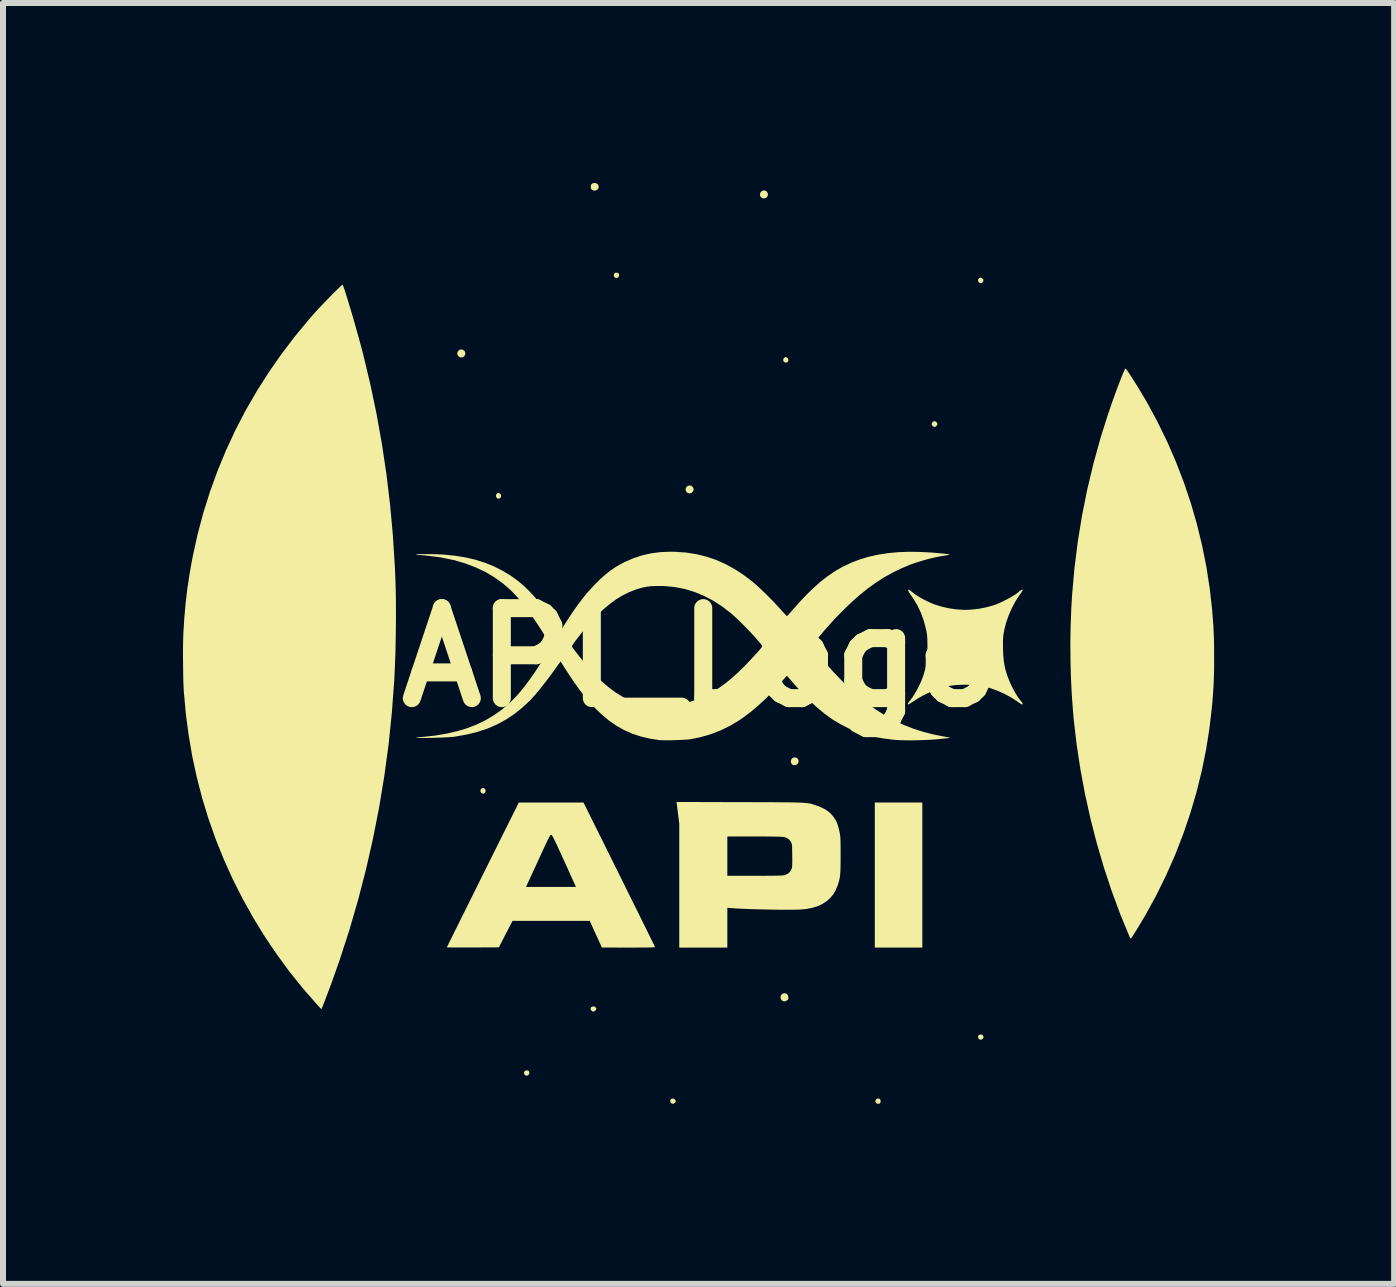
<source format=kicad_pcb>
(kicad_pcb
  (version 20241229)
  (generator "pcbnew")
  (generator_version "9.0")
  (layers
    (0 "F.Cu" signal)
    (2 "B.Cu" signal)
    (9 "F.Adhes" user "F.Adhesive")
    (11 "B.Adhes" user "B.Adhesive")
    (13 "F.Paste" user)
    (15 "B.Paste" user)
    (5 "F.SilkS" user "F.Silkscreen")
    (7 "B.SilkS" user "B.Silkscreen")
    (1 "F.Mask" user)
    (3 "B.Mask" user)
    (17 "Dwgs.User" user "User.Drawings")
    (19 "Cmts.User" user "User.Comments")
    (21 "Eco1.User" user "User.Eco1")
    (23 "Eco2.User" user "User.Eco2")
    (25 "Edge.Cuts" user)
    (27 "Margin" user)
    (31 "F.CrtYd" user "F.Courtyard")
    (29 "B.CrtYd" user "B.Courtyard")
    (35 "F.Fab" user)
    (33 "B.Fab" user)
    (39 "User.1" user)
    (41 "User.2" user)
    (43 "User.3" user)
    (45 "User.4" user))
  (footprint "API_Logo"
    (layer "F.Cu")
    (at 8.635 7.907)
    (property "Reference" "API_Logo" (at 0 0 0) (layer "F.SilkS") (effects (font (size 1.5 1.5) (thickness 0.3))))
    (attr board_only exclude_from_pos_files exclude_from_bom)
    (fp_poly (pts (xy 3.687 3.627) (xy 3.687 4.836) (xy 3.291 4.836) (xy 2.895 4.836) (xy 2.895 3.627) (xy 2.895 2.418) (xy 3.291 2.418) (xy 3.687 2.418)) (stroke (width 0) (type solid)) (fill yes) (layer "F.SilkS"))
    (fp_poly (pts (xy -2.881 6.886) (xy -2.867 6.901) (xy -2.863 6.923) (xy -2.869 6.949) (xy -2.887 6.966) (xy -2.907 6.971) (xy -2.928 6.965) (xy -2.939 6.958) (xy -2.951 6.936) (xy -2.951 6.913) (xy -2.939 6.894) (xy -2.919 6.883) (xy -2.908 6.882)) (stroke (width 0) (type solid)) (fill yes) (layer "F.SilkS"))
    (fp_poly (pts (xy -1.385 -6.408) (xy -1.371 -6.393) (xy -1.367 -6.371) (xy -1.373 -6.345) (xy -1.391 -6.328) (xy -1.411 -6.324) (xy -1.432 -6.329) (xy -1.443 -6.336) (xy -1.455 -6.358) (xy -1.455 -6.381) (xy -1.443 -6.4) (xy -1.423 -6.412) (xy -1.412 -6.413)) (stroke (width 0) (type solid)) (fill yes) (layer "F.SilkS"))
    (fp_poly (pts (xy 1.433 -4.998) (xy 1.449 -4.98) (xy 1.456 -4.955) (xy 1.449 -4.932) (xy 1.432 -4.918) (xy 1.408 -4.914) (xy 1.39 -4.92) (xy 1.374 -4.935) (xy 1.368 -4.956) (xy 1.373 -4.978) (xy 1.386 -4.996) (xy 1.406 -5.005) (xy 1.411 -5.006)) (stroke (width 0) (type solid)) (fill yes) (layer "F.SilkS"))
    (fp_poly (pts (xy -3.612 2.182) (xy -3.598 2.199) (xy -3.591 2.221) (xy -3.595 2.244) (xy -3.608 2.26) (xy -3.625 2.269) (xy -3.635 2.272) (xy -3.647 2.268) (xy -3.661 2.26) (xy -3.676 2.241) (xy -3.679 2.219) (xy -3.671 2.197) (xy -3.655 2.181) (xy -3.634 2.175)) (stroke (width 0) (type solid)) (fill yes) (layer "F.SilkS"))
    (fp_poly (pts (xy -1.783 5.817) (xy -1.762 5.827) (xy -1.749 5.845) (xy -1.747 5.857) (xy -1.753 5.875) (xy -1.77 5.892) (xy -1.789 5.902) (xy -1.795 5.903) (xy -1.813 5.898) (xy -1.828 5.887) (xy -1.842 5.865) (xy -1.84 5.843) (xy -1.829 5.828) (xy -1.807 5.817)) (stroke (width 0) (type solid)) (fill yes) (layer "F.SilkS"))
    (fp_poly (pts (xy -0.455 7.355) (xy -0.434 7.369) (xy -0.429 7.376) (xy -0.422 7.393) (xy -0.424 7.407) (xy -0.431 7.419) (xy -0.451 7.435) (xy -0.475 7.44) (xy -0.498 7.431) (xy -0.504 7.425) (xy -0.516 7.402) (xy -0.513 7.378) (xy -0.502 7.363) (xy -0.479 7.352)) (stroke (width 0) (type solid)) (fill yes) (layer "F.SilkS"))
    (fp_poly (pts (xy 2.976 7.356) (xy 2.989 7.374) (xy 2.992 7.395) (xy 2.989 7.416) (xy 2.982 7.43) (xy 2.964 7.438) (xy 2.941 7.438) (xy 2.92 7.43) (xy 2.916 7.427) (xy 2.904 7.406) (xy 2.906 7.384) (xy 2.918 7.364) (xy 2.939 7.353) (xy 2.953 7.351)) (stroke (width 0) (type solid)) (fill yes) (layer "F.SilkS"))
    (fp_poly (pts (xy 4.684 -6.322) (xy 4.686 -6.32) (xy 4.703 -6.301) (xy 4.705 -6.278) (xy 4.694 -6.255) (xy 4.69 -6.251) (xy 4.671 -6.237) (xy 4.652 -6.238) (xy 4.64 -6.243) (xy 4.62 -6.263) (xy 4.614 -6.287) (xy 4.619 -6.303) (xy 4.635 -6.323) (xy 4.658 -6.33)) (stroke (width 0) (type solid)) (fill yes) (layer "F.SilkS"))
    (fp_poly (pts (xy -3.357 -2.734) (xy -3.339 -2.716) (xy -3.332 -2.693) (xy -3.332 -2.693) (xy -3.338 -2.671) (xy -3.354 -2.653) (xy -3.374 -2.644) (xy -3.376 -2.644) (xy -3.389 -2.649) (xy -3.403 -2.657) (xy -3.416 -2.675) (xy -3.419 -2.697) (xy -3.413 -2.719) (xy -3.399 -2.735) (xy -3.379 -2.741)) (stroke (width 0) (type solid)) (fill yes) (layer "F.SilkS"))
    (fp_poly (pts (xy -0.162 -2.859) (xy -0.138 -2.839) (xy -0.126 -2.814) (xy -0.126 -2.787) (xy -0.142 -2.758) (xy -0.165 -2.74) (xy -0.193 -2.733) (xy -0.221 -2.74) (xy -0.239 -2.753) (xy -0.255 -2.779) (xy -0.258 -2.806) (xy -0.251 -2.831) (xy -0.234 -2.851) (xy -0.21 -2.864) (xy -0.183 -2.866)) (stroke (width 0) (type solid)) (fill yes) (layer "F.SilkS"))
    (fp_poly (pts (xy 4.688 6.291) (xy 4.694 6.296) (xy 4.706 6.317) (xy 4.705 6.338) (xy 4.694 6.356) (xy 4.676 6.368) (xy 4.655 6.371) (xy 4.632 6.362) (xy 4.63 6.361) (xy 4.619 6.344) (xy 4.616 6.321) (xy 4.623 6.299) (xy 4.626 6.295) (xy 4.643 6.286) (xy 4.666 6.284)) (stroke (width 0) (type solid)) (fill yes) (layer "F.SilkS"))
    (fp_poly (pts (xy 1.595 1.675) (xy 1.615 1.695) (xy 1.625 1.724) (xy 1.625 1.732) (xy 1.618 1.76) (xy 1.6 1.781) (xy 1.575 1.794) (xy 1.548 1.796) (xy 1.521 1.786) (xy 1.512 1.779) (xy 1.499 1.755) (xy 1.496 1.726) (xy 1.504 1.698) (xy 1.515 1.683) (xy 1.541 1.668) (xy 1.569 1.666)) (stroke (width 0) (type solid)) (fill yes) (layer "F.SilkS"))
    (fp_poly (pts (xy 1.073 -7.779) (xy 1.093 -7.764) (xy 1.098 -7.759) (xy 1.112 -7.732) (xy 1.113 -7.703) (xy 1.102 -7.678) (xy 1.081 -7.659) (xy 1.052 -7.65) (xy 1.047 -7.65) (xy 1.023 -7.654) (xy 1.003 -7.664) (xy 0.985 -7.688) (xy 0.98 -7.715) (xy 0.986 -7.742) (xy 1.002 -7.765) (xy 1.026 -7.779) (xy 1.047 -7.783)) (stroke (width 0) (type solid)) (fill yes) (layer "F.SilkS"))
    (fp_poly (pts (xy 3.907 -3.933) (xy 3.922 -3.922) (xy 3.934 -3.904) (xy 3.938 -3.89) (xy 3.933 -3.872) (xy 3.919 -3.855) (xy 3.903 -3.843) (xy 3.896 -3.842) (xy 3.879 -3.845) (xy 3.873 -3.847) (xy 3.854 -3.861) (xy 3.842 -3.882) (xy 3.841 -3.891) (xy 3.848 -3.91) (xy 3.864 -3.928) (xy 3.884 -3.937) (xy 3.89 -3.938)) (stroke (width 0) (type solid)) (fill yes) (layer "F.SilkS"))
    (fp_poly (pts (xy -3.963 -5.123) (xy -3.94 -5.103) (xy -3.93 -5.077) (xy -3.932 -5.048) (xy -3.947 -5.021) (xy -3.95 -5.017) (xy -3.977 -5.001) (xy -4.006 -4.999) (xy -4.035 -5.013) (xy -4.04 -5.017) (xy -4.057 -5.037) (xy -4.063 -5.061) (xy -4.063 -5.066) (xy -4.059 -5.093) (xy -4.044 -5.113) (xy -4.04 -5.116) (xy -4.015 -5.132) (xy -3.99 -5.133)) (stroke (width 0) (type solid)) (fill yes) (layer "F.SilkS"))
    (fp_poly (pts (xy -1.737 -7.897) (xy -1.717 -7.878) (xy -1.707 -7.852) (xy -1.706 -7.844) (xy -1.713 -7.816) (xy -1.732 -7.795) (xy -1.757 -7.782) (xy -1.786 -7.78) (xy -1.814 -7.79) (xy -1.82 -7.795) (xy -1.834 -7.811) (xy -1.839 -7.833) (xy -1.839 -7.844) (xy -1.836 -7.871) (xy -1.826 -7.888) (xy -1.82 -7.893) (xy -1.793 -7.907) (xy -1.764 -7.907)) (stroke (width 0) (type solid)) (fill yes) (layer "F.SilkS"))
    (fp_poly (pts (xy 1.42 5.603) (xy 1.441 5.622) (xy 1.453 5.649) (xy 1.455 5.68) (xy 1.451 5.697) (xy 1.439 5.711) (xy 1.417 5.724) (xy 1.394 5.732) (xy 1.384 5.733) (xy 1.367 5.728) (xy 1.347 5.716) (xy 1.345 5.714) (xy 1.328 5.69) (xy 1.323 5.663) (xy 1.33 5.636) (xy 1.346 5.613) (xy 1.371 5.599) (xy 1.392 5.596)) (stroke (width 0) (type solid)) (fill yes) (layer "F.SilkS"))
    (fp_poly (pts (xy 7.08 -4.809) (xy 7.095 -4.79) (xy 7.116 -4.76) (xy 7.143 -4.72) (xy 7.174 -4.673) (xy 7.208 -4.619) (xy 7.245 -4.56) (xy 7.284 -4.498) (xy 7.323 -4.434) (xy 7.361 -4.37) (xy 7.398 -4.307) (xy 7.432 -4.25) (xy 7.606 -3.928) (xy 7.767 -3.598) (xy 7.913 -3.262) (xy 8.044 -2.92) (xy 8.162 -2.572) (xy 8.264 -2.22) (xy 8.35 -1.864) (xy 8.422 -1.505) (xy 8.478 -1.143) (xy 8.515 -0.813) (xy 8.524 -0.701) (xy 8.532 -0.6) (xy 8.539 -0.505) (xy 8.543 -0.413) (xy 8.547 -0.319) (xy 8.549 -0.221) (xy 8.55 -0.113) (xy 8.55 0) (xy 8.55 0.119) (xy 8.549 0.226) (xy 8.546 0.324) (xy 8.543 0.418) (xy 8.538 0.51) (xy 8.532 0.605) (xy 8.524 0.707) (xy 8.515 0.813) (xy 8.473 1.176) (xy 8.416 1.538) (xy 8.343 1.896) (xy 8.255 2.252) (xy 8.151 2.604) (xy 8.032 2.952) (xy 7.899 3.294) (xy 7.75 3.631) (xy 7.588 3.961) (xy 7.411 4.285) (xy 7.258 4.541) (xy 7.226 4.592) (xy 7.202 4.63) (xy 7.184 4.657) (xy 7.171 4.675) (xy 7.162 4.683) (xy 7.156 4.684) (xy 7.151 4.679) (xy 7.146 4.668) (xy 7.14 4.654) (xy 6.985 4.277) (xy 6.842 3.891) (xy 6.712 3.497) (xy 6.594 3.096) (xy 6.49 2.69) (xy 6.399 2.28) (xy 6.322 1.867) (xy 6.259 1.454) (xy 6.211 1.041) (xy 6.199 0.902) (xy 6.178 0.624) (xy 6.164 0.337) (xy 6.156 0.045) (xy 6.154 -0.248) (xy 6.159 -0.538) (xy 6.17 -0.821) (xy 6.183 -1.039) (xy 6.222 -1.483) (xy 6.277 -1.924) (xy 6.348 -2.362) (xy 6.435 -2.796) (xy 6.538 -3.227) (xy 6.656 -3.655) (xy 6.776 -4.035) (xy 6.803 -4.115) (xy 6.831 -4.197) (xy 6.86 -4.28) (xy 6.889 -4.361) (xy 6.918 -4.44) (xy 6.946 -4.515) (xy 6.973 -4.585) (xy 6.997 -4.648) (xy 7.019 -4.704) (xy 7.038 -4.749) (xy 7.054 -4.784) (xy 7.065 -4.807) (xy 7.072 -4.816) (xy 7.072 -4.816)) (stroke (width 0) (type solid)) (fill yes) (layer "F.SilkS"))
    (fp_poly (pts (xy -1.366 3.615) (xy -1.301 3.746) (xy -1.239 3.873) (xy -1.178 3.995) (xy -1.12 4.112) (xy -1.065 4.222) (xy -1.014 4.326) (xy -0.967 4.422) (xy -0.923 4.51) (xy -0.884 4.589) (xy -0.851 4.657) (xy -0.822 4.715) (xy -0.8 4.761) (xy -0.783 4.796) (xy -0.773 4.817) (xy -0.77 4.824) (xy -0.771 4.826) (xy -0.776 4.829) (xy -0.786 4.831) (xy -0.803 4.832) (xy -0.828 4.833) (xy -0.862 4.834) (xy -0.905 4.835) (xy -0.96 4.835) (xy -1.028 4.835) (xy -1.109 4.836) (xy -1.205 4.836) (xy -1.21 4.836) (xy -1.654 4.835) (xy -1.755 4.613) (xy -1.856 4.391) (xy -2.499 4.391) (xy -3.143 4.391) (xy -3.257 4.611) (xy -3.37 4.832) (xy -3.804 4.834) (xy -3.886 4.834) (xy -3.963 4.834) (xy -4.033 4.834) (xy -4.096 4.834) (xy -4.148 4.834) (xy -4.19 4.833) (xy -4.22 4.833) (xy -4.235 4.832) (xy -4.237 4.831) (xy -4.234 4.824) (xy -4.223 4.803) (xy -4.207 4.768) (xy -4.184 4.722) (xy -4.155 4.664) (xy -4.121 4.595) (xy -4.082 4.516) (xy -4.038 4.429) (xy -3.991 4.332) (xy -3.939 4.229) (xy -3.884 4.118) (xy -3.826 4.001) (xy -3.765 3.878) (xy -3.738 3.825) (xy -2.918 3.825) (xy -2.502 3.825) (xy -2.087 3.825) (xy -2.094 3.807) (xy -2.099 3.796) (xy -2.109 3.772) (xy -2.126 3.736) (xy -2.147 3.69) (xy -2.172 3.634) (xy -2.201 3.571) (xy -2.232 3.501) (xy -2.266 3.427) (xy -2.291 3.372) (xy -2.332 3.283) (xy -2.367 3.207) (xy -2.396 3.143) (xy -2.42 3.092) (xy -2.44 3.05) (xy -2.456 3.018) (xy -2.469 2.994) (xy -2.479 2.976) (xy -2.486 2.965) (xy -2.492 2.959) (xy -2.497 2.956) (xy -2.5 2.956) (xy -2.505 2.957) (xy -2.51 2.961) (xy -2.517 2.971) (xy -2.527 2.986) (xy -2.539 3.008) (xy -2.554 3.038) (xy -2.573 3.077) (xy -2.597 3.128) (xy -2.626 3.19) (xy -2.661 3.266) (xy -2.67 3.287) (xy -2.704 3.36) (xy -2.737 3.432) (xy -2.769 3.502) (xy -2.799 3.566) (xy -2.825 3.623) (xy -2.847 3.671) (xy -2.864 3.708) (xy -2.871 3.722) (xy -2.918 3.825) (xy -3.738 3.825) (xy -3.702 3.751) (xy -3.638 3.622) (xy -3.038 2.418) (xy -2.499 2.418) (xy -1.96 2.418)) (stroke (width 0) (type solid)) (fill yes) (layer "F.SilkS"))
    (fp_poly (pts (xy -5.976 -6.213) (xy -5.969 -6.2) (xy -5.959 -6.173) (xy -5.945 -6.134) (xy -5.928 -6.083) (xy -5.909 -6.022) (xy -5.887 -5.952) (xy -5.864 -5.875) (xy -5.839 -5.793) (xy -5.813 -5.705) (xy -5.787 -5.615) (xy -5.761 -5.523) (xy -5.735 -5.43) (xy -5.709 -5.339) (xy -5.685 -5.25) (xy -5.662 -5.165) (xy -5.641 -5.085) (xy -5.636 -5.066) (xy -5.516 -4.567) (xy -5.411 -4.067) (xy -5.321 -3.564) (xy -5.245 -3.058) (xy -5.184 -2.548) (xy -5.137 -2.032) (xy -5.104 -1.509) (xy -5.095 -1.294) (xy -5.09 -1.142) (xy -5.087 -0.977) (xy -5.086 -0.802) (xy -5.086 -0.621) (xy -5.088 -0.435) (xy -5.091 -0.249) (xy -5.095 -0.065) (xy -5.102 0.113) (xy -5.109 0.283) (xy -5.115 0.392) (xy -5.154 0.919) (xy -5.208 1.446) (xy -5.279 1.97) (xy -5.365 2.493) (xy -5.467 3.013) (xy -5.584 3.529) (xy -5.717 4.042) (xy -5.864 4.549) (xy -6.027 5.051) (xy -6.154 5.41) (xy -6.174 5.464) (xy -6.195 5.521) (xy -6.217 5.579) (xy -6.239 5.637) (xy -6.26 5.693) (xy -6.28 5.743) (xy -6.297 5.787) (xy -6.311 5.823) (xy -6.321 5.848) (xy -6.327 5.86) (xy -6.327 5.861) (xy -6.333 5.856) (xy -6.348 5.842) (xy -6.369 5.819) (xy -6.396 5.791) (xy -6.402 5.784) (xy -6.636 5.517) (xy -6.86 5.238) (xy -7.073 4.947) (xy -7.275 4.648) (xy -7.464 4.339) (xy -7.64 4.024) (xy -7.803 3.702) (xy -7.951 3.375) (xy -8.084 3.045) (xy -8.095 3.016) (xy -8.213 2.68) (xy -8.316 2.343) (xy -8.404 2.002) (xy -8.479 1.657) (xy -8.539 1.306) (xy -8.587 0.948) (xy -8.62 0.582) (xy -8.621 0.578) (xy -8.624 0.522) (xy -8.627 0.452) (xy -8.63 0.371) (xy -8.632 0.281) (xy -8.633 0.187) (xy -8.634 0.089) (xy -8.635 -0.009) (xy -8.635 -0.105) (xy -8.634 -0.195) (xy -8.633 -0.278) (xy -8.631 -0.351) (xy -8.629 -0.404) (xy -8.613 -0.66) (xy -8.591 -0.904) (xy -8.563 -1.144) (xy -8.527 -1.382) (xy -8.484 -1.625) (xy -8.47 -1.696) (xy -8.39 -2.059) (xy -8.294 -2.417) (xy -8.183 -2.769) (xy -8.057 -3.115) (xy -7.916 -3.456) (xy -7.761 -3.79) (xy -7.591 -4.117) (xy -7.406 -4.437) (xy -7.207 -4.75) (xy -6.994 -5.056) (xy -6.767 -5.354) (xy -6.526 -5.645) (xy -6.448 -5.734) (xy -6.414 -5.772) (xy -6.374 -5.815) (xy -6.33 -5.861) (xy -6.284 -5.909) (xy -6.237 -5.958) (xy -6.19 -6.007) (xy -6.144 -6.053) (xy -6.101 -6.096) (xy -6.063 -6.134) (xy -6.029 -6.167) (xy -6.003 -6.191) (xy -5.985 -6.207) (xy -5.976 -6.213)) (stroke (width 0) (type solid)) (fill yes) (layer "F.SilkS"))
    (fp_poly (pts (xy 5.359 -1.129) (xy 5.36 -1.123) (xy 5.354 -1.11) (xy 5.342 -1.089) (xy 5.321 -1.059) (xy 5.301 -1.03) (xy 5.238 -0.933) (xy 5.18 -0.825) (xy 5.13 -0.711) (xy 5.088 -0.594) (xy 5.057 -0.478) (xy 5.041 -0.394) (xy 5.036 -0.355) (xy 5.033 -0.316) (xy 5.031 -0.274) (xy 5.031 -0.224) (xy 5.032 -0.162) (xy 5.032 -0.133) (xy 5.036 -0.039) (xy 5.043 0.044) (xy 5.054 0.119) (xy 5.069 0.191) (xy 5.09 0.264) (xy 5.107 0.315) (xy 5.135 0.387) (xy 5.168 0.462) (xy 5.206 0.536) (xy 5.245 0.606) (xy 5.285 0.668) (xy 5.322 0.718) (xy 5.33 0.727) (xy 5.351 0.754) (xy 5.361 0.773) (xy 5.358 0.783) (xy 5.351 0.784) (xy 5.34 0.78) (xy 5.319 0.768) (xy 5.292 0.75) (xy 5.272 0.735) (xy 5.167 0.667) (xy 5.052 0.605) (xy 4.933 0.552) (xy 4.814 0.51) (xy 4.705 0.482) (xy 4.615 0.468) (xy 4.516 0.459) (xy 4.411 0.455) (xy 4.306 0.457) (xy 4.206 0.465) (xy 4.14 0.474) (xy 4.058 0.492) (xy 3.968 0.519) (xy 3.874 0.554) (xy 3.781 0.594) (xy 3.692 0.638) (xy 3.612 0.684) (xy 3.585 0.701) (xy 3.539 0.732) (xy 3.503 0.755) (xy 3.478 0.771) (xy 3.462 0.78) (xy 3.452 0.783) (xy 3.447 0.781) (xy 3.445 0.775) (xy 3.445 0.773) (xy 3.45 0.761) (xy 3.463 0.742) (xy 3.481 0.719) (xy 3.482 0.718) (xy 3.52 0.669) (xy 3.56 0.607) (xy 3.6 0.537) (xy 3.638 0.463) (xy 3.672 0.387) (xy 3.699 0.315) (xy 3.713 0.272) (xy 3.728 0.22) (xy 3.742 0.166) (xy 3.75 0.13) (xy 3.757 0.096) (xy 3.762 0.067) (xy 3.766 0.039) (xy 3.769 0.009) (xy 3.771 -0.026) (xy 3.771 -0.069) (xy 3.772 -0.123) (xy 3.772 -0.166) (xy 3.772 -0.229) (xy 3.771 -0.278) (xy 3.77 -0.318) (xy 3.768 -0.351) (xy 3.765 -0.38) (xy 3.761 -0.408) (xy 3.755 -0.439) (xy 3.75 -0.462) (xy 3.713 -0.606) (xy 3.665 -0.739) (xy 3.606 -0.865) (xy 3.533 -0.986) (xy 3.501 -1.031) (xy 3.474 -1.07) (xy 3.458 -1.098) (xy 3.451 -1.117) (xy 3.454 -1.127) (xy 3.458 -1.129) (xy 3.468 -1.126) (xy 3.486 -1.114) (xy 3.502 -1.101) (xy 3.555 -1.059) (xy 3.621 -1.016) (xy 3.694 -0.974) (xy 3.773 -0.934) (xy 3.853 -0.898) (xy 3.915 -0.875) (xy 4.021 -0.843) (xy 4.137 -0.818) (xy 4.255 -0.801) (xy 4.37 -0.793) (xy 4.403 -0.792) (xy 4.513 -0.797) (xy 4.629 -0.811) (xy 4.743 -0.833) (xy 4.851 -0.862) (xy 4.892 -0.875) (xy 4.939 -0.893) (xy 4.992 -0.916) (xy 5.048 -0.943) (xy 5.104 -0.972) (xy 5.158 -1.001) (xy 5.206 -1.03) (xy 5.248 -1.056) (xy 5.279 -1.079) (xy 5.293 -1.092) (xy 5.309 -1.107) (xy 5.329 -1.119) (xy 5.347 -1.128) (xy 5.358 -1.13)) (stroke (width 0) (type solid)) (fill yes) (layer "F.SilkS"))
    (fp_poly (pts (xy 0.642 2.412) (xy 0.799 2.412) (xy 0.941 2.413) (xy 1.068 2.413) (xy 1.181 2.413) (xy 1.282 2.414) (xy 1.371 2.415) (xy 1.45 2.415) (xy 1.518 2.416) (xy 1.578 2.418) (xy 1.629 2.419) (xy 1.673 2.421) (xy 1.711 2.423) (xy 1.743 2.426) (xy 1.771 2.429) (xy 1.796 2.432) (xy 1.817 2.436) (xy 1.837 2.441) (xy 1.855 2.446) (xy 1.874 2.452) (xy 1.893 2.458) (xy 1.914 2.465) (xy 1.918 2.467) (xy 2 2.498) (xy 2.069 2.533) (xy 2.127 2.573) (xy 2.176 2.62) (xy 2.208 2.659) (xy 2.238 2.704) (xy 2.262 2.751) (xy 2.281 2.804) (xy 2.298 2.867) (xy 2.306 2.904) (xy 2.311 2.929) (xy 2.315 2.952) (xy 2.318 2.975) (xy 2.321 3) (xy 2.322 3.03) (xy 2.323 3.066) (xy 2.324 3.111) (xy 2.325 3.166) (xy 2.325 3.233) (xy 2.325 3.299) (xy 2.325 3.386) (xy 2.324 3.459) (xy 2.323 3.52) (xy 2.321 3.571) (xy 2.318 3.614) (xy 2.314 3.651) (xy 2.308 3.685) (xy 2.301 3.718) (xy 2.291 3.751) (xy 2.28 3.786) (xy 2.273 3.807) (xy 2.241 3.883) (xy 2.203 3.948) (xy 2.154 4.007) (xy 2.151 4.01) (xy 2.089 4.065) (xy 2.02 4.11) (xy 1.943 4.146) (xy 1.855 4.173) (xy 1.755 4.192) (xy 1.714 4.197) (xy 1.678 4.2) (xy 1.627 4.203) (xy 1.564 4.204) (xy 1.491 4.205) (xy 1.408 4.205) (xy 1.32 4.205) (xy 1.226 4.204) (xy 1.129 4.202) (xy 1.031 4.2) (xy 0.934 4.198) (xy 0.839 4.195) (xy 0.749 4.191) (xy 0.665 4.188) (xy 0.589 4.184) (xy 0.524 4.179) (xy 0.491 4.177) (xy 0.437 4.172) (xy 0.437 4.504) (xy 0.437 4.836) (xy 0.036 4.836) (xy -0.364 4.836) (xy -0.364 3.803) (xy -0.364 3.311) (xy 0.437 3.311) (xy 0.437 3.639) (xy 0.896 3.639) (xy 0.997 3.639) (xy 1.082 3.639) (xy 1.154 3.638) (xy 1.214 3.638) (xy 1.263 3.637) (xy 1.302 3.636) (xy 1.333 3.635) (xy 1.357 3.633) (xy 1.375 3.631) (xy 1.389 3.629) (xy 1.398 3.626) (xy 1.446 3.605) (xy 1.482 3.573) (xy 1.506 3.531) (xy 1.508 3.526) (xy 1.513 3.51) (xy 1.516 3.492) (xy 1.518 3.468) (xy 1.519 3.437) (xy 1.52 3.395) (xy 1.519 3.342) (xy 1.519 3.298) (xy 1.518 3.238) (xy 1.517 3.191) (xy 1.516 3.157) (xy 1.514 3.131) (xy 1.511 3.112) (xy 1.508 3.098) (xy 1.503 3.087) (xy 1.497 3.075) (xy 1.496 3.073) (xy 1.466 3.034) (xy 1.427 3.008) (xy 1.382 2.993) (xy 1.364 2.991) (xy 1.329 2.989) (xy 1.28 2.987) (xy 1.215 2.986) (xy 1.137 2.985) (xy 1.044 2.984) (xy 0.938 2.984) (xy 0.889 2.984) (xy 0.437 2.984) (xy 0.437 3.311) (xy -0.364 3.311) (xy -0.364 2.77) (xy -0.387 2.589) (xy -0.409 2.409)) (stroke (width 0) (type solid)) (fill yes) (layer "F.SilkS"))
    (fp_poly (pts (xy -0.421 -1.76) (xy -0.243 -1.747) (xy -0.073 -1.72) (xy 0.092 -1.679) (xy 0.252 -1.625) (xy 0.408 -1.555) (xy 0.561 -1.471) (xy 0.712 -1.372) (xy 0.863 -1.257) (xy 0.885 -1.238) (xy 0.936 -1.194) (xy 0.994 -1.14) (xy 1.058 -1.079) (xy 1.124 -1.013) (xy 1.191 -0.945) (xy 1.255 -0.878) (xy 1.312 -0.815) (xy 1.346 -0.777) (xy 1.376 -0.744) (xy 1.402 -0.716) (xy 1.42 -0.697) (xy 1.43 -0.688) (xy 1.431 -0.687) (xy 1.437 -0.693) (xy 1.452 -0.709) (xy 1.474 -0.733) (xy 1.5 -0.763) (xy 1.51 -0.774) (xy 1.636 -0.918) (xy 1.759 -1.047) (xy 1.878 -1.163) (xy 1.994 -1.265) (xy 2.109 -1.354) (xy 2.223 -1.432) (xy 2.337 -1.499) (xy 2.371 -1.517) (xy 2.508 -1.581) (xy 2.65 -1.635) (xy 2.797 -1.679) (xy 2.951 -1.713) (xy 3.113 -1.738) (xy 3.283 -1.754) (xy 3.463 -1.761) (xy 3.654 -1.758) (xy 3.857 -1.747) (xy 4.007 -1.733) (xy 4.051 -1.729) (xy 4.09 -1.724) (xy 4.12 -1.72) (xy 4.138 -1.716) (xy 4.143 -1.715) (xy 4.138 -1.711) (xy 4.12 -1.707) (xy 4.093 -1.702) (xy 4.072 -1.699) (xy 3.986 -1.685) (xy 3.889 -1.665) (xy 3.788 -1.641) (xy 3.685 -1.612) (xy 3.585 -1.581) (xy 3.493 -1.549) (xy 3.477 -1.543) (xy 3.331 -1.481) (xy 3.188 -1.412) (xy 3.048 -1.333) (xy 2.91 -1.244) (xy 2.773 -1.145) (xy 2.635 -1.034) (xy 2.497 -0.911) (xy 2.357 -0.776) (xy 2.214 -0.628) (xy 2.068 -0.465) (xy 1.937 -0.311) (xy 1.908 -0.277) (xy 1.882 -0.246) (xy 1.862 -0.221) (xy 1.849 -0.205) (xy 1.845 -0.201) (xy 1.843 -0.196) (xy 1.844 -0.189) (xy 1.848 -0.178) (xy 1.857 -0.164) (xy 1.872 -0.144) (xy 1.893 -0.117) (xy 1.922 -0.082) (xy 1.958 -0.039) (xy 2.004 0.014) (xy 2.054 0.073) (xy 2.206 0.243) (xy 2.355 0.399) (xy 2.501 0.54) (xy 2.646 0.667) (xy 2.791 0.782) (xy 2.936 0.885) (xy 3.082 0.976) (xy 3.231 1.057) (xy 3.383 1.127) (xy 3.385 1.128) (xy 3.541 1.189) (xy 3.708 1.242) (xy 3.878 1.285) (xy 4.024 1.314) (xy 4.077 1.324) (xy 4.116 1.331) (xy 4.141 1.337) (xy 4.151 1.341) (xy 4.146 1.342) (xy 4.144 1.342) (xy 4.134 1.343) (xy 4.11 1.346) (xy 4.076 1.349) (xy 4.033 1.354) (xy 3.985 1.359) (xy 3.983 1.359) (xy 3.9 1.367) (xy 3.807 1.373) (xy 3.709 1.377) (xy 3.608 1.38) (xy 3.508 1.382) (xy 3.412 1.381) (xy 3.323 1.379) (xy 3.245 1.375) (xy 3.21 1.372) (xy 3.042 1.351) (xy 2.884 1.322) (xy 2.733 1.285) (xy 2.589 1.237) (xy 2.45 1.179) (xy 2.316 1.11) (xy 2.185 1.03) (xy 2.057 0.937) (xy 1.929 0.831) (xy 1.8 0.712) (xy 1.671 0.578) (xy 1.538 0.429) (xy 1.526 0.415) (xy 1.496 0.38) (xy 1.47 0.35) (xy 1.449 0.327) (xy 1.435 0.312) (xy 1.431 0.308) (xy 1.424 0.313) (xy 1.409 0.328) (xy 1.389 0.35) (xy 1.379 0.362) (xy 1.24 0.518) (xy 1.104 0.66) (xy 0.97 0.786) (xy 0.837 0.9) (xy 0.704 1) (xy 0.639 1.045) (xy 0.483 1.139) (xy 0.321 1.218) (xy 0.152 1.283) (xy -0.021 1.332) (xy -0.178 1.363) (xy -0.208 1.367) (xy -0.251 1.37) (xy -0.304 1.373) (xy -0.363 1.376) (xy -0.426 1.378) (xy -0.488 1.38) (xy -0.549 1.381) (xy -0.603 1.381) (xy -0.649 1.38) (xy -0.684 1.379) (xy -0.695 1.378) (xy -0.856 1.353) (xy -1.007 1.317) (xy -1.148 1.271) (xy -1.281 1.212) (xy -1.409 1.14) (xy -1.533 1.054) (xy -1.654 0.953) (xy -1.747 0.865) (xy -1.823 0.787) (xy -1.897 0.703) (xy -1.971 0.611) (xy -2.047 0.511) (xy -2.125 0.401) (xy -2.207 0.278) (xy -2.255 0.204) (xy -2.342 0.067) (xy -2.459 0.229) (xy -2.543 0.344) (xy -2.624 0.449) (xy -2.699 0.544) (xy -2.769 0.627) (xy -2.832 0.697) (xy -2.856 0.721) (xy -2.983 0.84) (xy -3.116 0.946) (xy -3.256 1.038) (xy -3.404 1.118) (xy -3.561 1.186) (xy -3.727 1.241) (xy -3.904 1.285) (xy -4.092 1.318) (xy -4.124 1.323) (xy -4.151 1.326) (xy -4.189 1.328) (xy -4.236 1.331) (xy -4.289 1.334) (xy -4.348 1.336) (xy -4.409 1.338) (xy -4.471 1.34) (xy -4.532 1.341) (xy -4.589 1.342) (xy -4.641 1.343) (xy -4.685 1.343) (xy -4.72 1.343) (xy -4.744 1.342) (xy -4.754 1.34) (xy -4.754 1.339) (xy -4.745 1.337) (xy -4.723 1.334) (xy -4.691 1.33) (xy -4.653 1.326) (xy -4.649 1.326) (xy -4.444 1.304) (xy -4.252 1.272) (xy -4.072 1.231) (xy -3.903 1.181) (xy -3.745 1.12) (xy -3.596 1.048) (xy -3.457 0.966) (xy -3.325 0.873) (xy -3.201 0.768) (xy -3.167 0.736) (xy -3.094 0.662) (xy -3.021 0.58) (xy -2.946 0.488) (xy -2.869 0.385) (xy -2.787 0.27) (xy -2.768 0.241) (xy -2.745 0.207) (xy -2.718 0.166) (xy -2.689 0.12) (xy -2.657 0.071) (xy -2.625 0.021) (xy -2.595 -0.028) (xy -2.566 -0.073) (xy -2.542 -0.114) (xy -2.522 -0.146) (xy -2.508 -0.17) (xy -2.502 -0.181) (xy -2.504 -0.188) (xy -2.152 -0.188) (xy -2.151 -0.179) (xy -2.151 -0.177) (xy -2.142 -0.165) (xy -2.126 -0.142) (xy -2.102 -0.111) (xy -2.074 -0.074) (xy -2.042 -0.033) (xy -2.009 0.009) (xy -1.976 0.05) (xy -1.945 0.089) (xy -1.918 0.122) (xy -1.905 0.137) (xy -1.785 0.272) (xy -1.663 0.393) (xy -1.541 0.498) (xy -1.418 0.589) (xy -1.295 0.664) (xy -1.172 0.724) (xy -1.049 0.768) (xy -1.017 0.777) (xy -0.889 0.803) (xy -0.753 0.815) (xy -0.61 0.814) (xy -0.501 0.805) (xy -0.351 0.782) (xy -0.209 0.748) (xy -0.072 0.702) (xy 0.064 0.642) (xy 0.12 0.614) (xy 0.218 0.559) (xy 0.312 0.499) (xy 0.406 0.431) (xy 0.501 0.353) (xy 0.6 0.265) (xy 0.67 0.198) (xy 0.711 0.157) (xy 0.756 0.111) (xy 0.803 0.062) (xy 0.85 0.012) (xy 0.894 -0.036) (xy 0.935 -0.081) (xy 0.97 -0.121) (xy 0.998 -0.154) (xy 1.016 -0.177) (xy 1.016 -0.178) (xy 1.018 -0.184) (xy 1.016 -0.193) (xy 1.008 -0.207) (xy 0.993 -0.227) (xy 0.969 -0.256) (xy 0.936 -0.294) (xy 0.928 -0.304) (xy 0.876 -0.362) (xy 0.819 -0.424) (xy 0.757 -0.488) (xy 0.694 -0.552) (xy 0.632 -0.613) (xy 0.573 -0.669) (xy 0.521 -0.716) (xy 0.489 -0.743) (xy 0.344 -0.854) (xy 0.196 -0.949) (xy 0.044 -1.028) (xy -0.111 -1.092) (xy -0.27 -1.14) (xy -0.433 -1.172) (xy -0.599 -1.189) (xy -0.695 -1.191) (xy -0.777 -1.19) (xy -0.848 -1.186) (xy -0.912 -1.177) (xy -0.975 -1.165) (xy -1.041 -1.146) (xy -1.086 -1.132) (xy -1.197 -1.089) (xy -1.306 -1.035) (xy -1.415 -0.969) (xy -1.523 -0.89) (xy -1.632 -0.798) (xy -1.742 -0.693) (xy -1.853 -0.573) (xy -1.968 -0.439) (xy -2.085 -0.289) (xy -2.086 -0.288) (xy -2.115 -0.249) (xy -2.134 -0.221) (xy -2.146 -0.201) (xy -2.152 -0.188) (xy -2.504 -0.188) (xy -2.505 -0.191) (xy -2.515 -0.212) (xy -2.532 -0.243) (xy -2.554 -0.281) (xy -2.58 -0.324) (xy -2.591 -0.343) (xy -2.676 -0.477) (xy -2.755 -0.597) (xy -2.829 -0.706) (xy -2.901 -0.805) (xy -2.97 -0.894) (xy -3.038 -0.977) (xy -3.048 -0.989) (xy -3.168 -1.115) (xy -3.298 -1.229) (xy -3.439 -1.331) (xy -3.59 -1.422) (xy -3.752 -1.499) (xy -3.925 -1.565) (xy -4.107 -1.619) (xy -4.299 -1.659) (xy -4.337 -1.666) (xy -4.396 -1.675) (xy -4.46 -1.683) (xy -4.524 -1.691) (xy -4.586 -1.698) (xy -4.641 -1.703) (xy -4.687 -1.706) (xy -4.71 -1.706) (xy -4.737 -1.707) (xy -4.749 -1.71) (xy -4.747 -1.714) (xy -4.734 -1.717) (xy -4.708 -1.719) (xy -4.671 -1.721) (xy -4.625 -1.722) (xy -4.572 -1.722) (xy -4.516 -1.722) (xy -4.458 -1.721) (xy -4.401 -1.719) (xy -4.347 -1.717) (xy -4.299 -1.715) (xy -4.29 -1.714) (xy -4.1 -1.695) (xy -3.922 -1.666) (xy -3.755 -1.627) (xy -3.597 -1.576) (xy -3.447 -1.515) (xy -3.304 -1.442) (xy -3.174 -1.363) (xy -3.096 -1.308) (xy -3.021 -1.25) (xy -2.948 -1.186) (xy -2.875 -1.116) (xy -2.801 -1.038) (xy -2.725 -0.951) (xy -2.645 -0.854) (xy -2.561 -0.745) (xy -2.471 -0.622) (xy -2.463 -0.611) (xy -2.43 -0.566) (xy -2.401 -0.526) (xy -2.376 -0.492) (xy -2.357 -0.466) (xy -2.345 -0.451) (xy -2.341 -0.447) (xy -2.336 -0.454) (xy -2.324 -0.472) (xy -2.306 -0.501) (xy -2.283 -0.536) (xy -2.257 -0.577) (xy -2.253 -0.584) (xy -2.175 -0.704) (xy -2.102 -0.811) (xy -2.033 -0.907) (xy -1.966 -0.994) (xy -1.9 -1.075) (xy -1.832 -1.151) (xy -1.767 -1.22) (xy -1.68 -1.306) (xy -1.596 -1.38) (xy -1.515 -1.445) (xy -1.431 -1.502) (xy -1.342 -1.554) (xy -1.266 -1.594) (xy -1.126 -1.654) (xy -0.983 -1.701) (xy -0.834 -1.735) (xy -0.679 -1.755) (xy -0.515 -1.762)) (stroke (width 0) (type solid)) (fill yes) (layer "F.SilkS")))
  (gr_rect
    (start -3 -3)
    (end 20.185 18.347)
    (stroke (width 0.1) (type default))
    (fill no)
    (layer "Edge.Cuts")))
</source>
